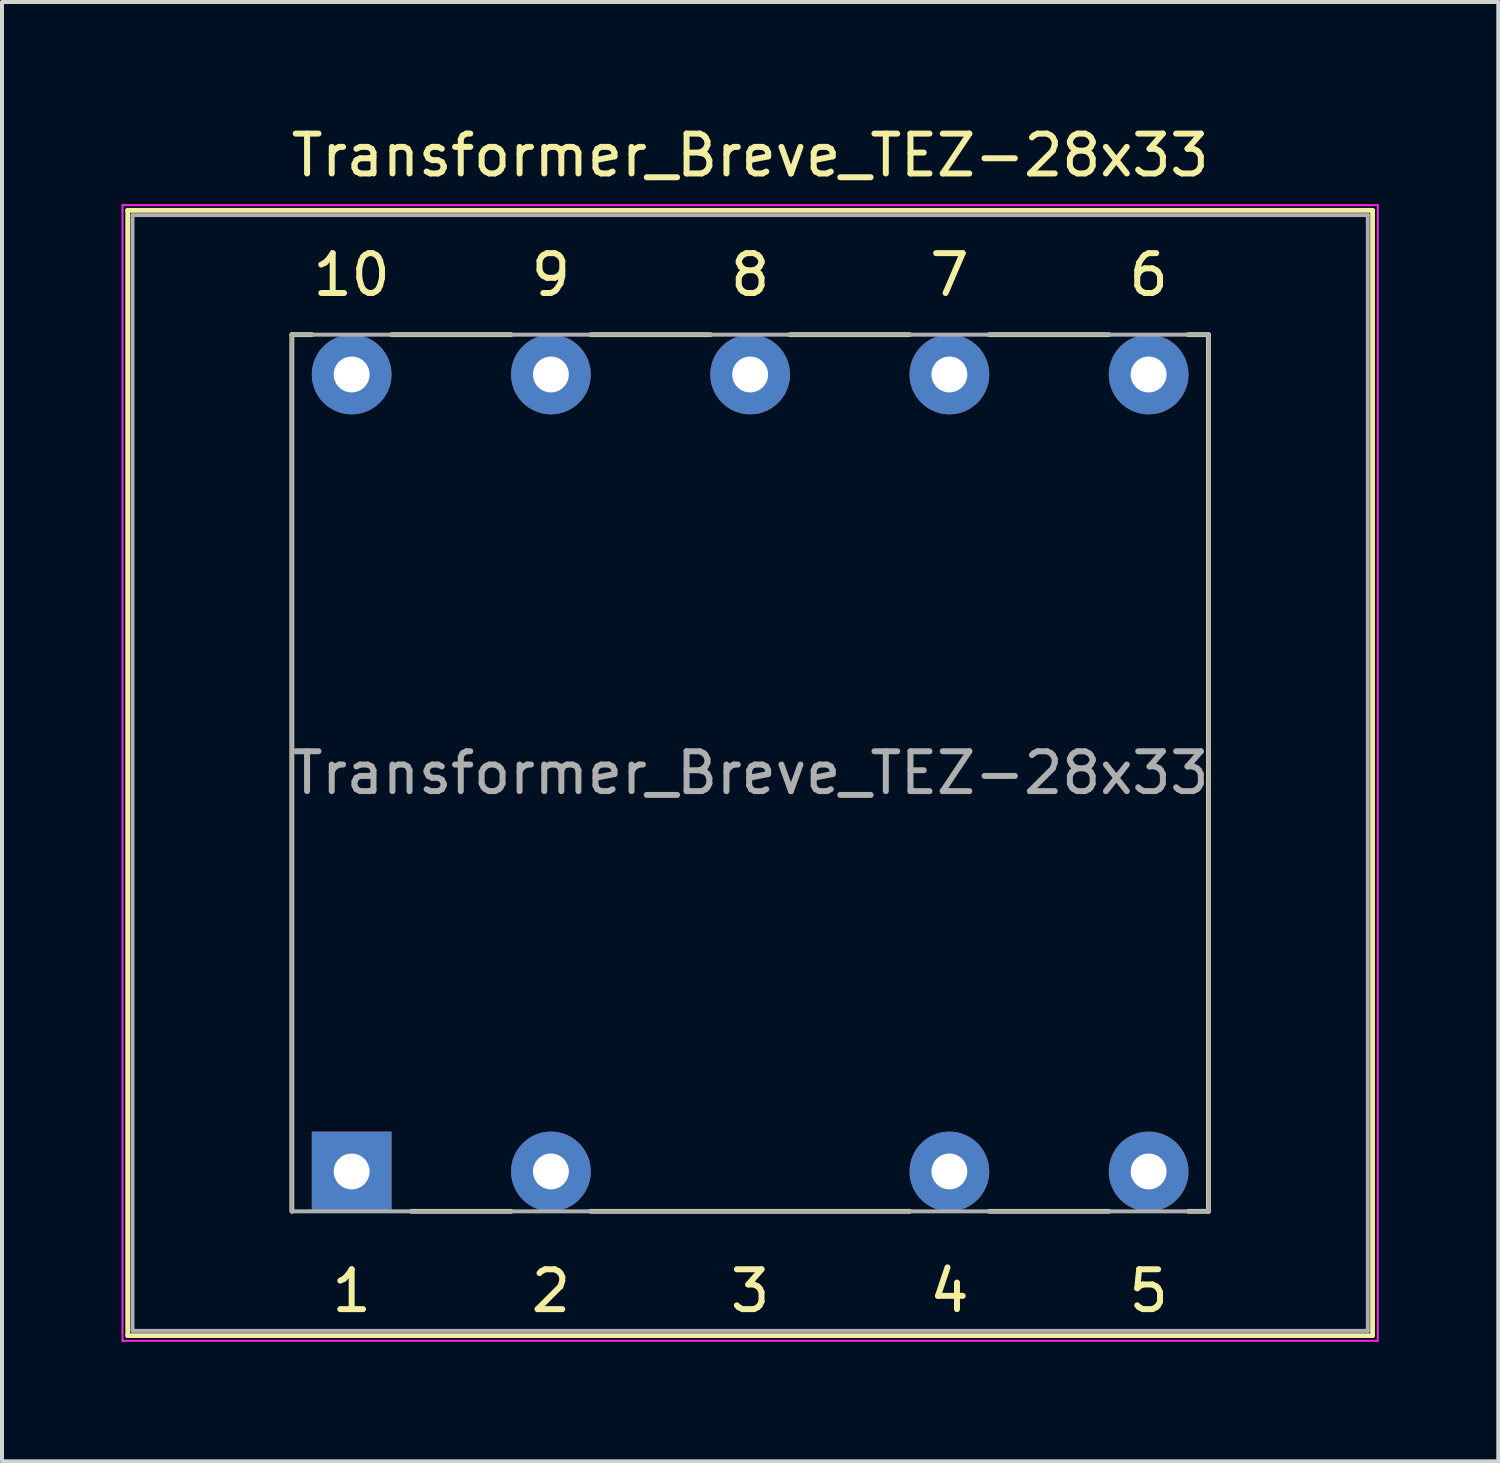
<source format=kicad_pcb>
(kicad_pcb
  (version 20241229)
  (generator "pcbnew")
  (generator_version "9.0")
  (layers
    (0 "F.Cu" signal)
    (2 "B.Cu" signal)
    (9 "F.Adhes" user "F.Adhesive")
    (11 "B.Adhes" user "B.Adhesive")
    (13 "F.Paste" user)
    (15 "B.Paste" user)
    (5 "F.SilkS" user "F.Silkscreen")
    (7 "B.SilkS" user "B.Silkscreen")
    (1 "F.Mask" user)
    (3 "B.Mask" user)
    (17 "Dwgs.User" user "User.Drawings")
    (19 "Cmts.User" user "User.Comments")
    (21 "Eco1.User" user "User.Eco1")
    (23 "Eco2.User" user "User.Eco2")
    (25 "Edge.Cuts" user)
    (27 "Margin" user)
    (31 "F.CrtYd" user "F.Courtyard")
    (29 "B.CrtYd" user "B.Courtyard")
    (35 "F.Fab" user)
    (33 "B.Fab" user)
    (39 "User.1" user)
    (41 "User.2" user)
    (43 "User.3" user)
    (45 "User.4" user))
  (footprint "Transformer_Breve_TEZ-28x33"
    (layer "F.Cu")
    (at 5.775 26.348)
    (property "Reference" "Transformer_Breve_TEZ-28x33" (at 10 -25.5 0) (layer "F.SilkS") (effects (font (size 1 1) (thickness 0.15))))
    (attr through_hole)
    (fp_line (start -5.62 -24.12) (end -5.62 4.12) (stroke (width 0.12) (type solid)) (layer "F.SilkS"))
    (fp_line (start -5.62 -24.12) (end 25.62 -24.12) (stroke (width 0.12) (type solid)) (layer "F.SilkS"))
    (fp_line (start -1.5 -21) (end -1.5 1) (stroke (width 0.12) (type solid)) (layer "F.SilkS"))
    (fp_line (start -1 -21) (end -1.5 -21) (stroke (width 0.12) (type solid)) (layer "F.SilkS"))
    (fp_line (start 1.5 1) (end 4 1) (stroke (width 0.12) (type solid)) (layer "F.SilkS"))
    (fp_line (start 4 -21) (end 1 -21) (stroke (width 0.12) (type solid)) (layer "F.SilkS"))
    (fp_line (start 6 1) (end 14 1) (stroke (width 0.12) (type solid)) (layer "F.SilkS"))
    (fp_line (start 9 -21) (end 6 -21) (stroke (width 0.12) (type solid)) (layer "F.SilkS"))
    (fp_line (start 14 -21) (end 11 -21) (stroke (width 0.12) (type solid)) (layer "F.SilkS"))
    (fp_line (start 16 1) (end 19 1) (stroke (width 0.12) (type solid)) (layer "F.SilkS"))
    (fp_line (start 19 -21) (end 16 -21) (stroke (width 0.12) (type solid)) (layer "F.SilkS"))
    (fp_line (start 21 1) (end 21.5 1) (stroke (width 0.12) (type solid)) (layer "F.SilkS"))
    (fp_line (start 21.5 -21) (end 21 -21) (stroke (width 0.12) (type solid)) (layer "F.SilkS"))
    (fp_line (start 21.5 1) (end 21.5 -21) (stroke (width 0.12) (type solid)) (layer "F.SilkS"))
    (fp_line (start 25.62 4.12) (end -5.62 4.12) (stroke (width 0.12) (type solid)) (layer "F.SilkS"))
    (fp_line (start 25.62 4.12) (end 25.62 -24.12) (stroke (width 0.12) (type solid)) (layer "F.SilkS"))
    (fp_line (start -5.75 -24.25) (end -5.75 4.25) (stroke (width 0.05) (type solid)) (layer "F.CrtYd"))
    (fp_line (start -5.75 -24.25) (end 25.75 -24.25) (stroke (width 0.05) (type solid)) (layer "F.CrtYd"))
    (fp_line (start 25.75 4.25) (end -5.75 4.25) (stroke (width 0.05) (type solid)) (layer "F.CrtYd"))
    (fp_line (start 25.75 4.25) (end 25.75 -24.25) (stroke (width 0.05) (type solid)) (layer "F.CrtYd"))
    (fp_line (start -5.5 -24) (end 25.5 -24) (stroke (width 0.1) (type solid)) (layer "F.Fab"))
    (fp_line (start -5.5 4) (end -5.5 -24) (stroke (width 0.1) (type solid)) (layer "F.Fab"))
    (fp_line (start -1.5 -21) (end -1.5 1) (stroke (width 0.1) (type solid)) (layer "F.Fab"))
    (fp_line (start -1.5 1) (end 21.5 1) (stroke (width 0.1) (type solid)) (layer "F.Fab"))
    (fp_line (start 21.5 -21) (end -1.5 -21) (stroke (width 0.1) (type solid)) (layer "F.Fab"))
    (fp_line (start 21.5 1) (end 21.5 -21) (stroke (width 0.1) (type solid)) (layer "F.Fab"))
    (fp_line (start 25.5 -24) (end 25.5 4) (stroke (width 0.1) (type solid)) (layer "F.Fab"))
    (fp_line (start 25.5 4) (end -5.5 4) (stroke (width 0.1) (type solid)) (layer "F.Fab"))
    (fp_text user "10" (at 0 -22.5 0) (layer "F.SilkS") (effects (font (size 1 1) (thickness 0.15))))
    (fp_text user "4" (at 15 3 0) (layer "F.SilkS") (effects (font (size 1 1) (thickness 0.15))))
    (fp_text user "2" (at 5 3 0) (layer "F.SilkS") (effects (font (size 1 1) (thickness 0.15))))
    (fp_text user "1" (at 0 3 0) (layer "F.SilkS") (effects (font (size 1 1) (thickness 0.15))))
    (fp_text user "9" (at 5 -22.5 0) (layer "F.SilkS") (effects (font (size 1 1) (thickness 0.15))))
    (fp_text user "6" (at 20 -22.5 0) (layer "F.SilkS") (effects (font (size 1 1) (thickness 0.15))))
    (fp_text user "3" (at 10 3 0) (layer "F.SilkS") (effects (font (size 1 1) (thickness 0.15))))
    (fp_text user "7" (at 15 -22.5 0) (layer "F.SilkS") (effects (font (size 1 1) (thickness 0.15))))
    (fp_text user "5" (at 20 3 0) (layer "F.SilkS") (effects (font (size 1 1) (thickness 0.15))))
    (fp_text user "8" (at 10 -22.5 0) (layer "F.SilkS") (effects (font (size 1 1) (thickness 0.15))))
    (fp_text user "${REFERENCE}" (at 10 -10 0) (layer "F.Fab") (effects (font (size 1 1) (thickness 0.15))))
    (pad "1" thru_hole rect (at 0 0) (size 2 2) (drill 0.9) (layers "*.Cu" "*.Mask"))
    (pad "2" thru_hole circle (at 5 0) (size 2 2) (drill 0.9) (layers "*.Cu" "*.Mask"))
    (pad "4" thru_hole circle (at 15 0) (size 2 2) (drill 0.9) (layers "*.Cu" "*.Mask"))
    (pad "5" thru_hole circle (at 20 0) (size 2 2) (drill 0.9) (layers "*.Cu" "*.Mask"))
    (pad "6" thru_hole circle (at 20 -20) (size 2 2) (drill 0.9) (layers "*.Cu" "*.Mask"))
    (pad "7" thru_hole circle (at 15 -20) (size 2 2) (drill 0.9) (layers "*.Cu" "*.Mask"))
    (pad "8" thru_hole circle (at 10 -20) (size 2 2) (drill 0.9) (layers "*.Cu" "*.Mask"))
    (pad "9" thru_hole circle (at 5 -20) (size 2 2) (drill 0.9) (layers "*.Cu" "*.Mask"))
    (pad "10" thru_hole circle (at 0 -20) (size 2 2) (drill 0.9) (layers "*.Cu" "*.Mask")))
  (gr_rect
    (start -3 -3)
    (end 34.55 33.623)
    (stroke (width 0.1) (type default))
    (fill no)
    (layer "Edge.Cuts")))
</source>
